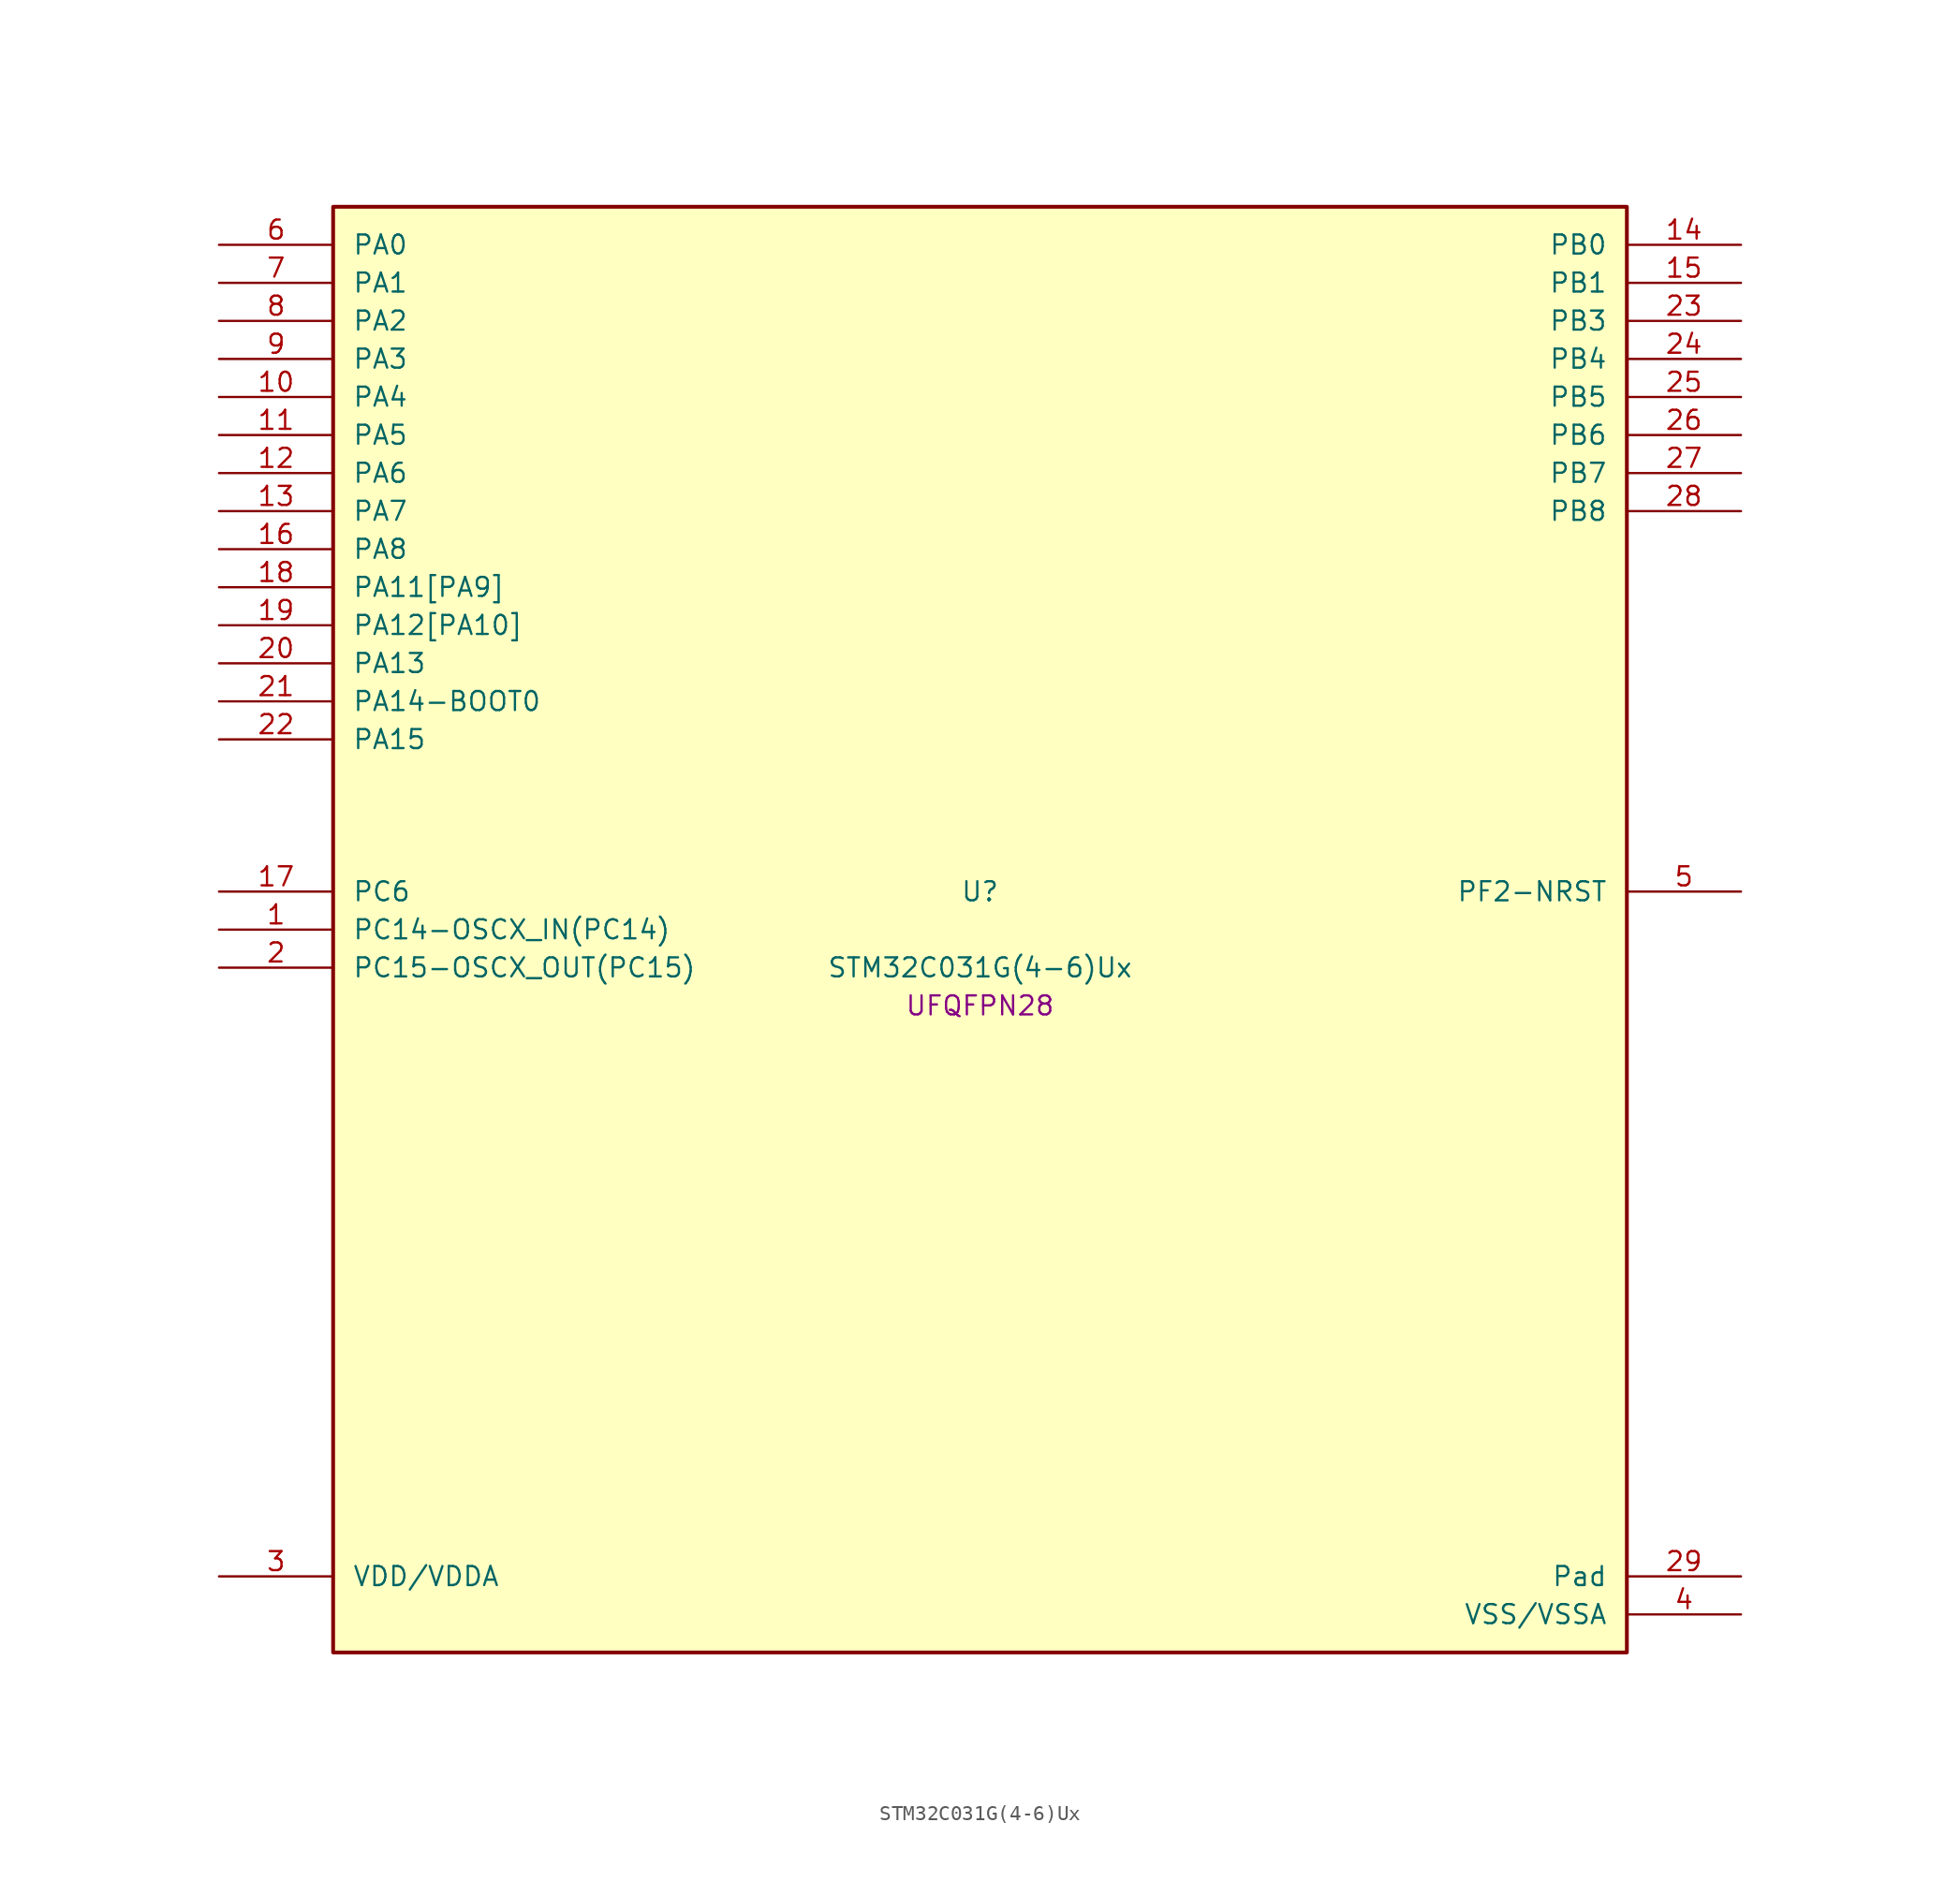
<source format=kicad_sym>
(kicad_symbol_lib
  (version 20241209)
  (generator "stm32_pkl_generator")
  (generator_version "1.0")
  (symbol "STM32C031G(4-6)Ux"
    (pin_names
      (offset 1.27))
    (property "Reference" "U"
      (at 0 2.54 0))
    (property "Value" "STM32C031G(4-6)Ux"
      (at 0 -2.54 0))
    (property "Footprint" "UFQFPN28"
      (at 0 -5.08 0))
    (symbol "STM32C031G(4-6)Ux_1_1"
      (rectangle (start -43.18 48.26) (end 43.18 -48.26) (stroke (width 0.254) (type solid)) (fill (type background)))
      (pin bidirectional line (at -50.8 45.72 0) (length 7.62) (name "PA0") (number "6") (alternate "PA0/ADC1_IN0" bidirectional line) (alternate "PA0/PWR_WKUP1" bidirectional line) (alternate "PA0/TIM16_CH1" bidirectional line) (alternate "PA0/TIM1_CH1" bidirectional line) (alternate "PA0/USART1_TX" bidirectional line) (alternate "PA0/USART2_CTS" bidirectional line) (alternate "PA0/USART2_NSS" bidirectional line))
      (pin bidirectional line (at -50.8 43.18 0) (length 7.62) (name "PA1") (number "7") (alternate "PA1/ADC1_IN1" bidirectional line) (alternate "PA1/I2C1_SMBA" bidirectional line) (alternate "PA1/I2S1_CK" bidirectional line) (alternate "PA1/SPI1_SCK" bidirectional line) (alternate "PA1/TIM17_CH1" bidirectional line) (alternate "PA1/TIM1_CH2" bidirectional line) (alternate "PA1/USART1_RX" bidirectional line) (alternate "PA1/USART2_CK" bidirectional line) (alternate "PA1/USART2_DE" bidirectional line) (alternate "PA1/USART2_RTS" bidirectional line))
      (pin bidirectional line (at -50.8 40.64 0) (length 7.62) (name "PA2") (number "8") (alternate "PA2/ADC1_IN2" bidirectional line) (alternate "PA2/I2S1_SD" bidirectional line) (alternate "PA2/PWR_WKUP4" bidirectional line) (alternate "PA2/RCC_LSCO" bidirectional line) (alternate "PA2/SPI1_MOSI" bidirectional line) (alternate "PA2/TIM16_CH1N" bidirectional line) (alternate "PA2/TIM1_CH3" bidirectional line) (alternate "PA2/TIM3_ETR" bidirectional line) (alternate "PA2/USART2_TX" bidirectional line))
      (pin bidirectional line (at -50.8 38.1 0) (length 7.62) (name "PA3") (number "9") (alternate "PA3/ADC1_IN3" bidirectional line) (alternate "PA3/TIM1_CH1N" bidirectional line) (alternate "PA3/TIM1_CH4" bidirectional line) (alternate "PA3/USART2_RX" bidirectional line))
      (pin bidirectional line (at -50.8 35.56 0) (length 7.62) (name "PA4") (number "10") (alternate "PA4/ADC1_IN4" bidirectional line) (alternate "PA4/I2S1_WS" bidirectional line) (alternate "PA4/PWR_WKUP2" bidirectional line) (alternate "PA4/RTC_OUT1" bidirectional line) (alternate "PA4/RTC_TS" bidirectional line) (alternate "PA4/SPI1_NSS" bidirectional line) (alternate "PA4/TIM14_CH1" bidirectional line) (alternate "PA4/TIM17_CH1N" bidirectional line) (alternate "PA4/TIM1_CH2N" bidirectional line) (alternate "PA4/USART2_TX" bidirectional line))
      (pin bidirectional line (at -50.8 33.02 0) (length 7.62) (name "PA5") (number "11") (alternate "PA5/ADC1_IN5" bidirectional line) (alternate "PA5/I2S1_CK" bidirectional line) (alternate "PA5/SPI1_SCK" bidirectional line) (alternate "PA5/TIM1_CH1" bidirectional line) (alternate "PA5/TIM1_CH3N" bidirectional line) (alternate "PA5/USART2_RX" bidirectional line))
      (pin bidirectional line (at -50.8 30.48 0) (length 7.62) (name "PA6") (number "12") (alternate "PA6/ADC1_IN6" bidirectional line) (alternate "PA6/I2S1_MCK" bidirectional line) (alternate "PA6/SPI1_MISO" bidirectional line) (alternate "PA6/TIM16_CH1" bidirectional line) (alternate "PA6/TIM1_BKIN" bidirectional line) (alternate "PA6/TIM3_CH1" bidirectional line))
      (pin bidirectional line (at -50.8 27.94 0) (length 7.62) (name "PA7") (number "13") (alternate "PA7/ADC1_IN7" bidirectional line) (alternate "PA7/I2S1_SD" bidirectional line) (alternate "PA7/SPI1_MOSI" bidirectional line) (alternate "PA7/TIM14_CH1" bidirectional line) (alternate "PA7/TIM17_CH1" bidirectional line) (alternate "PA7/TIM1_CH1N" bidirectional line) (alternate "PA7/TIM3_CH2" bidirectional line))
      (pin bidirectional line (at -50.8 25.4 0) (length 7.62) (name "PA8") (number "16") (alternate "PA8/ADC1_IN8" bidirectional line) (alternate "PA8/I2S1_WS" bidirectional line) (alternate "PA8/RCC_MCO" bidirectional line) (alternate "PA8/RCC_MCO_2" bidirectional line) (alternate "PA8/SPI1_NSS" bidirectional line) (alternate "PA8/TIM14_CH1" bidirectional line) (alternate "PA8/TIM1_CH1" bidirectional line) (alternate "PA8/TIM1_CH2N" bidirectional line) (alternate "PA8/TIM1_CH3N" bidirectional line) (alternate "PA8/TIM3_CH3" bidirectional line) (alternate "PA8/TIM3_CH4" bidirectional line) (alternate "PA8/USART1_RX" bidirectional line) (alternate "PA8/USART2_TX" bidirectional line))
      (pin bidirectional line (at -50.8 22.86 0) (length 7.62) (name "PA11[PA9]") (number "18") (alternate "PA11[PA9]/ADC1_EXTI11" bidirectional line) (alternate "PA11[PA9]/ADC1_IN11" bidirectional line) (alternate "PA11[PA9]/I2S1_MCK" bidirectional line) (alternate "PA11[PA9]/SPI1_MISO" bidirectional line) (alternate "PA11[PA9]/TIM1_BKIN2" bidirectional line) (alternate "PA11[PA9]/TIM1_CH4" bidirectional line) (alternate "PA11[PA9]/USART1_CTS" bidirectional line) (alternate "PA11[PA9]/USART1_NSS" bidirectional line) (alternate "PA11[PA9]/PA9[PA11]" bidirectional line) (alternate "PA11[PA9]/I2C1_SCL" bidirectional line) (alternate "PA11[PA9]/RCC_MCO" bidirectional line) (alternate "PA11[PA9]/TIM1_CH2" bidirectional line) (alternate "PA11[PA9]/TIM3_ETR" bidirectional line) (alternate "PA11[PA9]/USART1_TX" bidirectional line))
      (pin bidirectional line (at -50.8 20.32 0) (length 7.62) (name "PA12[PA10]") (number "19") (alternate "PA12[PA10]/ADC1_IN12" bidirectional line) (alternate "PA12[PA10]/I2S1_SD" bidirectional line) (alternate "PA12[PA10]/I2S_CKIN" bidirectional line) (alternate "PA12[PA10]/SPI1_MOSI" bidirectional line) (alternate "PA12[PA10]/TIM1_ETR" bidirectional line) (alternate "PA12[PA10]/USART1_CK" bidirectional line) (alternate "PA12[PA10]/USART1_DE" bidirectional line) (alternate "PA12[PA10]/USART1_RTS" bidirectional line) (alternate "PA12[PA10]/PA10[PA12]" bidirectional line) (alternate "PA12[PA10]/I2C1_SDA" bidirectional line) (alternate "PA12[PA10]/RCC_MCO_2" bidirectional line) (alternate "PA12[PA10]/TIM17_BKIN" bidirectional line) (alternate "PA12[PA10]/TIM1_CH3" bidirectional line) (alternate "PA12[PA10]/USART1_RX" bidirectional line))
      (pin bidirectional line (at -50.8 17.78 0) (length 7.62) (name "PA13") (number "20") (alternate "PA13/ADC1_IN13" bidirectional line) (alternate "PA13/DEBUG_SWDIO" bidirectional line) (alternate "PA13/IR_OUT" bidirectional line) (alternate "PA13/TIM3_ETR" bidirectional line) (alternate "PA13/USART2_RX" bidirectional line))
      (pin bidirectional line (at -50.8 15.24 0) (length 7.62) (name "PA14-BOOT0") (number "21") (alternate "PA14-BOOT0/ADC1_IN14" bidirectional line) (alternate "PA14-BOOT0/DEBUG_SWCLK" bidirectional line) (alternate "PA14-BOOT0/I2S1_WS" bidirectional line) (alternate "PA14-BOOT0/RCC_MCO_2" bidirectional line) (alternate "PA14-BOOT0/SPI1_NSS" bidirectional line) (alternate "PA14-BOOT0/TIM1_CH1" bidirectional line) (alternate "PA14-BOOT0/USART1_CK" bidirectional line) (alternate "PA14-BOOT0/USART1_DE" bidirectional line) (alternate "PA14-BOOT0/USART1_RTS" bidirectional line) (alternate "PA14-BOOT0/USART2_RX" bidirectional line) (alternate "PA14-BOOT0/USART2_TX" bidirectional line))
      (pin bidirectional line (at -50.8 12.7 0) (length 7.62) (name "PA15") (number "22") (alternate "PA15/I2S1_WS" bidirectional line) (alternate "PA15/RCC_MCO_2" bidirectional line) (alternate "PA15/SPI1_NSS" bidirectional line) (alternate "PA15/TIM1_CH1" bidirectional line) (alternate "PA15/USART1_CK" bidirectional line) (alternate "PA15/USART1_DE" bidirectional line) (alternate "PA15/USART1_RTS" bidirectional line) (alternate "PA15/USART2_RX" bidirectional line))
      (pin bidirectional line (at 50.8 45.72 180) (length 7.62) (name "PB0") (number "14") (alternate "PB0/ADC1_IN17" bidirectional line) (alternate "PB0/I2S1_WS" bidirectional line) (alternate "PB0/SPI1_NSS" bidirectional line) (alternate "PB0/TIM1_CH2N" bidirectional line) (alternate "PB0/TIM3_CH3" bidirectional line))
      (pin bidirectional line (at 50.8 43.18 180) (length 7.62) (name "PB1") (number "15") (alternate "PB1/ADC1_IN18" bidirectional line) (alternate "PB1/TIM14_CH1" bidirectional line) (alternate "PB1/TIM1_CH2N" bidirectional line) (alternate "PB1/TIM1_CH3N" bidirectional line) (alternate "PB1/TIM3_CH4" bidirectional line))
      (pin bidirectional line (at 50.8 40.64 180) (length 7.62) (name "PB3") (number "23") (alternate "PB3/I2S1_CK" bidirectional line) (alternate "PB3/SPI1_SCK" bidirectional line) (alternate "PB3/TIM1_CH2" bidirectional line) (alternate "PB3/TIM3_CH2" bidirectional line) (alternate "PB3/USART1_CK" bidirectional line) (alternate "PB3/USART1_DE" bidirectional line) (alternate "PB3/USART1_RTS" bidirectional line))
      (pin bidirectional line (at 50.8 38.1 180) (length 7.62) (name "PB4") (number "24") (alternate "PB4/I2S1_MCK" bidirectional line) (alternate "PB4/SPI1_MISO" bidirectional line) (alternate "PB4/TIM17_BKIN" bidirectional line) (alternate "PB4/TIM3_CH1" bidirectional line) (alternate "PB4/USART1_CTS" bidirectional line) (alternate "PB4/USART1_NSS" bidirectional line))
      (pin bidirectional line (at 50.8 35.56 180) (length 7.62) (name "PB5") (number "25") (alternate "PB5/I2C1_SMBA" bidirectional line) (alternate "PB5/I2S1_SD" bidirectional line) (alternate "PB5/PWR_WKUP6" bidirectional line) (alternate "PB5/SPI1_MOSI" bidirectional line) (alternate "PB5/TIM16_BKIN" bidirectional line) (alternate "PB5/TIM3_CH2" bidirectional line) (alternate "PB5/TIM3_CH3" bidirectional line))
      (pin bidirectional line (at 50.8 33.02 180) (length 7.62) (name "PB6") (number "26") (alternate "PB6/I2C1_SCL" bidirectional line) (alternate "PB6/I2C1_SMBA" bidirectional line) (alternate "PB6/I2S1_CK" bidirectional line) (alternate "PB6/I2S1_MCK" bidirectional line) (alternate "PB6/I2S1_SD" bidirectional line) (alternate "PB6/PWR_WKUP3" bidirectional line) (alternate "PB6/SPI1_MISO" bidirectional line) (alternate "PB6/SPI1_MOSI" bidirectional line) (alternate "PB6/SPI1_SCK" bidirectional line) (alternate "PB6/TIM16_BKIN" bidirectional line) (alternate "PB6/TIM16_CH1N" bidirectional line) (alternate "PB6/TIM17_BKIN" bidirectional line) (alternate "PB6/TIM1_CH2" bidirectional line) (alternate "PB6/TIM1_CH3" bidirectional line) (alternate "PB6/TIM3_CH1" bidirectional line) (alternate "PB6/TIM3_CH2" bidirectional line) (alternate "PB6/TIM3_CH3" bidirectional line) (alternate "PB6/USART1_CK" bidirectional line) (alternate "PB6/USART1_CTS" bidirectional line) (alternate "PB6/USART1_DE" bidirectional line) (alternate "PB6/USART1_NSS" bidirectional line) (alternate "PB6/USART1_RTS" bidirectional line) (alternate "PB6/USART1_TX" bidirectional line))
      (pin bidirectional line (at 50.8 30.48 180) (length 7.62) (name "PB7") (number "27") (alternate "PB7/I2C1_SCL" bidirectional line) (alternate "PB7/I2C1_SDA" bidirectional line) (alternate "PB7/RTC_REFIN" bidirectional line) (alternate "PB7/TIM16_CH1" bidirectional line) (alternate "PB7/TIM17_CH1N" bidirectional line) (alternate "PB7/TIM1_CH4" bidirectional line) (alternate "PB7/TIM3_CH1" bidirectional line) (alternate "PB7/TIM3_CH4" bidirectional line) (alternate "PB7/USART1_RX" bidirectional line) (alternate "PB7/USART2_CTS" bidirectional line) (alternate "PB7/USART2_NSS" bidirectional line))
      (pin bidirectional line (at 50.8 27.94 180) (length 7.62) (name "PB8") (number "28") (alternate "PB8/I2C1_SCL" bidirectional line) (alternate "PB8/TIM16_CH1" bidirectional line) (alternate "PB8/TIM3_CH1" bidirectional line) (alternate "PB8/USART2_CTS" bidirectional line) (alternate "PB8/USART2_NSS" bidirectional line))
      (pin bidirectional line (at -50.8 2.54 0) (length 7.62) (name "PC6") (number "17") (alternate "PC6/TIM3_CH1" bidirectional line))
      (pin bidirectional line (at -50.8 0 0) (length 7.62) (name "PC14-OSCX_IN(PC14)") (number "1") (alternate "PC14-OSCX_IN(PC14)/I2C1_SDA" bidirectional line) (alternate "PC14-OSCX_IN(PC14)/IR_OUT" bidirectional line) (alternate "PC14-OSCX_IN(PC14)/RCC_OSCX_IN" bidirectional line) (alternate "PC14-OSCX_IN(PC14)/TIM17_CH1" bidirectional line) (alternate "PC14-OSCX_IN(PC14)/TIM1_BKIN2" bidirectional line) (alternate "PC14-OSCX_IN(PC14)/TIM1_ETR" bidirectional line) (alternate "PC14-OSCX_IN(PC14)/TIM3_CH2" bidirectional line) (alternate "PC14-OSCX_IN(PC14)/USART1_TX" bidirectional line) (alternate "PC14-OSCX_IN(PC14)/USART2_CK" bidirectional line) (alternate "PC14-OSCX_IN(PC14)/USART2_DE" bidirectional line) (alternate "PC14-OSCX_IN(PC14)/USART2_RTS" bidirectional line))
      (pin bidirectional line (at -50.8 -2.54 0) (length 7.62) (name "PC15-OSCX_OUT(PC15)") (number "2") (alternate "PC15-OSCX_OUT(PC15)/RCC_OSC32_EN" bidirectional line) (alternate "PC15-OSCX_OUT(PC15)/RCC_OSCX_OUT" bidirectional line) (alternate "PC15-OSCX_OUT(PC15)/RCC_OSC_EN" bidirectional line) (alternate "PC15-OSCX_OUT(PC15)/TIM1_ETR" bidirectional line) (alternate "PC15-OSCX_OUT(PC15)/TIM3_CH3" bidirectional line))
      (pin bidirectional line (at 50.8 2.54 180) (length 7.62) (name "PF2-NRST") (number "5") (alternate "PF2-NRST/RCC_MCO" bidirectional line) (alternate "PF2-NRST/TIM1_CH4" bidirectional line))
      (pin power_in line (at -50.8 -43.18 0) (length 7.62) (name "VDD/VDDA") (number "3"))
      (pin passive line (at 50.8 -43.18 180) (length 7.62) (name "Pad") (number "29"))
      (pin power_in line (at 50.8 -45.72 180) (length 7.62) (name "VSS/VSSA") (number "4")))))
</source>
